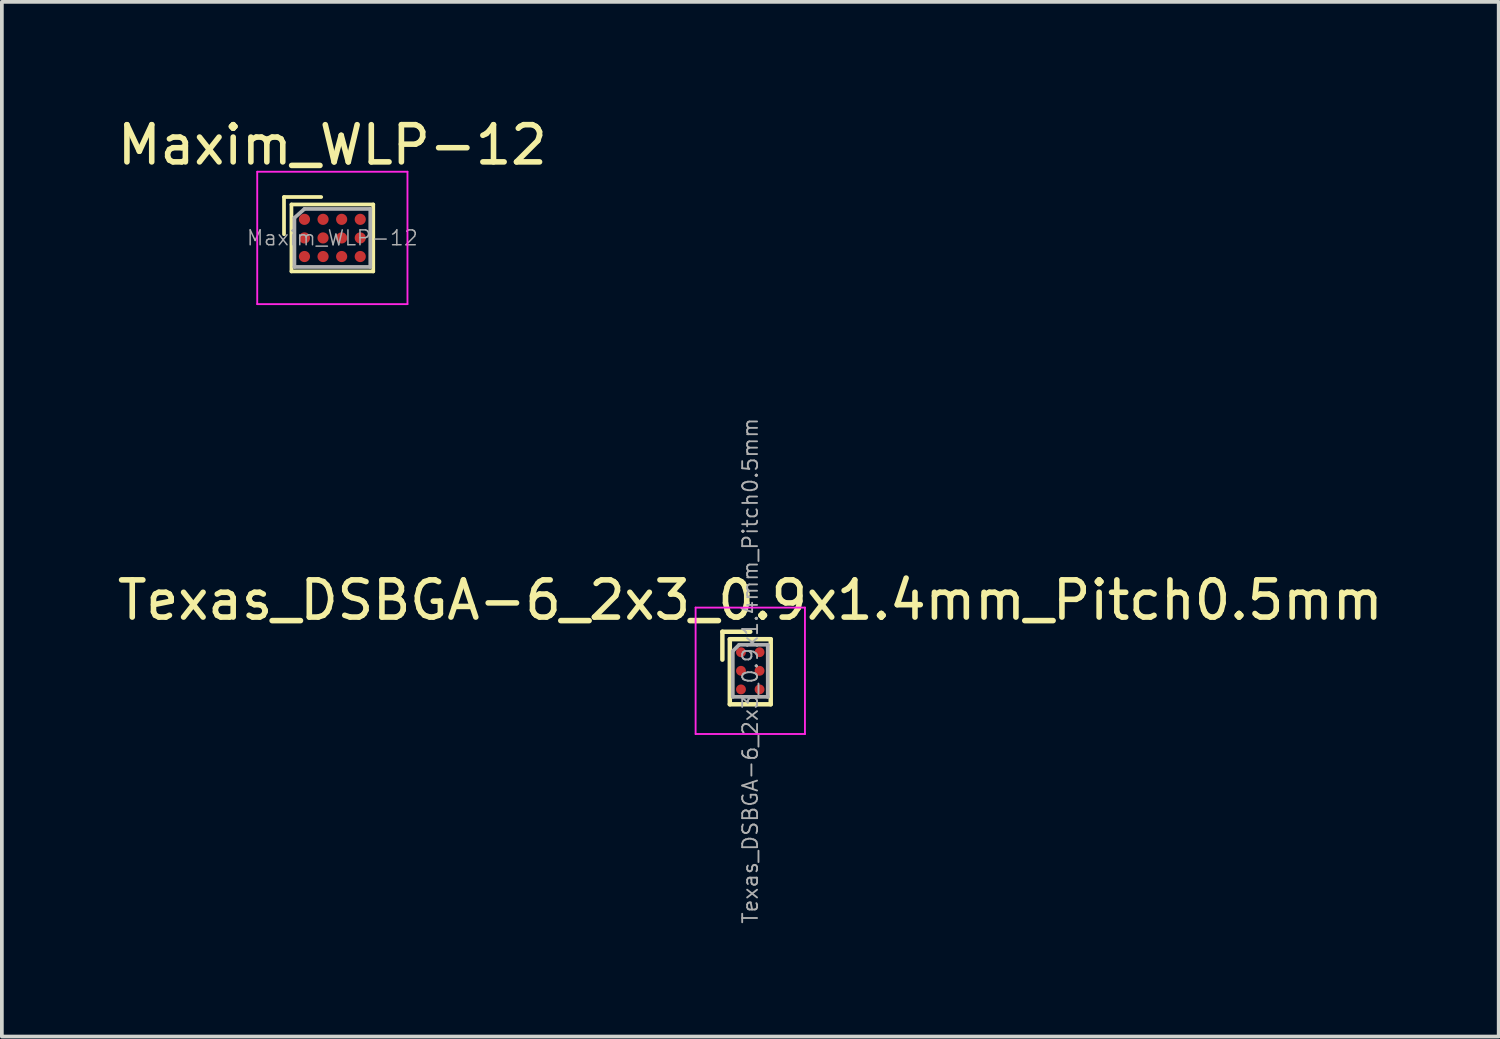
<source format=kicad_pcb>
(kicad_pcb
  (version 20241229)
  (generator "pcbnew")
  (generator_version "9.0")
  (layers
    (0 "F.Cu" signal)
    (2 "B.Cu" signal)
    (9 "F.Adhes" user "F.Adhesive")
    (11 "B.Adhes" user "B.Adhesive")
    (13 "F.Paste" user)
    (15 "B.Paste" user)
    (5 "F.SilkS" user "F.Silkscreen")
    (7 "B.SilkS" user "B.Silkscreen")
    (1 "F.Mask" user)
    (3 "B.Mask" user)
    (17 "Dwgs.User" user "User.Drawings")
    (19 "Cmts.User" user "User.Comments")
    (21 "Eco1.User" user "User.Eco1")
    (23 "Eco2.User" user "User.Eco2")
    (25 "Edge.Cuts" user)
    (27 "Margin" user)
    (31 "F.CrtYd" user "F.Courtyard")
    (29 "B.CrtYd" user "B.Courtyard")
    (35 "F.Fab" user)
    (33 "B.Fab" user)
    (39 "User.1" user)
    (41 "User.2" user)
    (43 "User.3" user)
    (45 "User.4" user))
  (footprint "Texas_DSBGA-6_2x3_0.9x1.4mm_Pitch0.5mm"
    (layer "F.Cu")
    (at 17.125 14.988)
    (property "Reference" "Texas_DSBGA-6_2x3_0.9x1.4mm_Pitch0.5mm" (at 0 -1.9 0) (layer "F.SilkS") (effects (font (size 1 1) (thickness 0.15))))
    (attr smd)
    (fp_line (start -0.75 -1.05) (end -0.75 -0.3) (stroke (width 0.12) (type solid)) (layer "F.SilkS"))
    (fp_line (start -0.55 -0.85) (end -0.55 0.9) (stroke (width 0.12) (type solid)) (layer "F.SilkS"))
    (fp_line (start -0.55 0.9) (end 0.55 0.9) (stroke (width 0.12) (type solid)) (layer "F.SilkS"))
    (fp_line (start 0 -1.05) (end -0.75 -1.05) (stroke (width 0.12) (type solid)) (layer "F.SilkS"))
    (fp_line (start 0.55 -0.85) (end -0.55 -0.85) (stroke (width 0.12) (type solid)) (layer "F.SilkS"))
    (fp_line (start 0.55 -0.85) (end 0.55 0.9) (stroke (width 0.12) (type solid)) (layer "F.SilkS"))
    (fp_line (start -1.47 -1.7) (end -1.47 1.7) (stroke (width 0.05) (type solid)) (layer "F.CrtYd"))
    (fp_line (start -1.47 -1.7) (end 1.47 -1.7) (stroke (width 0.05) (type solid)) (layer "F.CrtYd"))
    (fp_line (start 1.47 1.7) (end -1.47 1.7) (stroke (width 0.05) (type solid)) (layer "F.CrtYd"))
    (fp_line (start 1.47 1.7) (end 1.47 -1.7) (stroke (width 0.05) (type solid)) (layer "F.CrtYd"))
    (fp_line (start -0.47 -0.53) (end -0.47 0.7) (stroke (width 0.1) (type solid)) (layer "F.Fab"))
    (fp_line (start -0.47 -0.53) (end -0.3 -0.7) (stroke (width 0.1) (type solid)) (layer "F.Fab"))
    (fp_line (start -0.47 0.7) (end 0.47 0.7) (stroke (width 0.1) (type solid)) (layer "F.Fab"))
    (fp_line (start 0.47 -0.7) (end -0.3 -0.7) (stroke (width 0.1) (type solid)) (layer "F.Fab"))
    (fp_line (start 0.47 0.7) (end 0.47 -0.7) (stroke (width 0.1) (type solid)) (layer "F.Fab"))
    (fp_text user "${REFERENCE}" (at 0 0 90) (layer "F.Fab") (effects (font (size 0.4 0.4) (thickness 0.05))))
    (pad "" smd rect (at -0.25 -0.5) (size 0.3 0.3) (layers "F.Paste"))
    (pad "" smd rect (at -0.25 0) (size 0.3 0.3) (layers "F.Paste"))
    (pad "" smd rect (at -0.25 0.5) (size 0.3 0.3) (layers "F.Paste"))
    (pad "" smd rect (at 0.25 -0.5) (size 0.3 0.3) (layers "F.Paste"))
    (pad "" smd rect (at 0.25 0) (size 0.3 0.3) (layers "F.Paste"))
    (pad "" smd rect (at 0.25 0.5) (size 0.3 0.3) (layers "F.Paste"))
    (pad "A1" smd circle (at -0.25 -0.5) (size 0.265 0.265) (layers "F.Cu" "F.Mask"))
    (pad "A2" smd circle (at 0.25 -0.5) (size 0.265 0.265) (layers "F.Cu" "F.Mask"))
    (pad "B1" smd circle (at -0.25 0) (size 0.265 0.265) (layers "F.Cu" "F.Mask"))
    (pad "B2" smd circle (at 0.25 0) (size 0.265 0.265) (layers "F.Cu" "F.Mask"))
    (pad "C1" smd circle (at -0.25 0.5) (size 0.265 0.265) (layers "F.Cu" "F.Mask"))
    (pad "C2" smd circle (at 0.25 0.5) (size 0.265 0.265) (layers "F.Cu" "F.Mask")))
  (footprint "Maxim_WLP-12"
    (layer "F.Cu")
    (at 5.887 3.348)
    (property "Reference" "Maxim_WLP-12" (at 0 -2.5 0) (layer "F.SilkS") (effects (font (size 1 1) (thickness 0.15))))
    (attr smd)
    (fp_line (start -1.3 -1.1) (end -1.3 -0.1) (stroke (width 0.1) (type solid)) (layer "F.SilkS"))
    (fp_line (start -1.3 -1.1) (end -0.3 -1.1) (stroke (width 0.1) (type solid)) (layer "F.SilkS"))
    (fp_line (start -1.1 -0.9) (end -1.1 0.9) (stroke (width 0.1) (type solid)) (layer "F.SilkS"))
    (fp_line (start -1.1 -0.9) (end 1.1 -0.9) (stroke (width 0.1) (type solid)) (layer "F.SilkS"))
    (fp_line (start 1.1 0.9) (end -1.1 0.9) (stroke (width 0.1) (type solid)) (layer "F.SilkS"))
    (fp_line (start 1.1 0.9) (end 1.1 -0.9) (stroke (width 0.1) (type solid)) (layer "F.SilkS"))
    (fp_line (start -2.02 -1.78) (end 2.02 -1.78) (stroke (width 0.05) (type solid)) (layer "F.CrtYd"))
    (fp_line (start -2.02 1.78) (end -2.02 -1.78) (stroke (width 0.05) (type solid)) (layer "F.CrtYd"))
    (fp_line (start -2.02 1.78) (end 2.02 1.78) (stroke (width 0.05) (type solid)) (layer "F.CrtYd"))
    (fp_line (start 2.02 -1.78) (end 2.02 1.78) (stroke (width 0.05) (type solid)) (layer "F.CrtYd"))
    (fp_line (start -1.02 0.78) (end -1.02 -0.54) (stroke (width 0.1) (type solid)) (layer "F.Fab"))
    (fp_line (start -1.02 0.78) (end 1.02 0.78) (stroke (width 0.1) (type solid)) (layer "F.Fab"))
    (fp_line (start -0.75 -0.78) (end -1.02 -0.54) (stroke (width 0.1) (type solid)) (layer "F.Fab"))
    (fp_line (start 1.02 -0.78) (end -0.75 -0.78) (stroke (width 0.1) (type solid)) (layer "F.Fab"))
    (fp_line (start 1.02 -0.78) (end 1.02 0.78) (stroke (width 0.1) (type solid)) (layer "F.Fab"))
    (fp_text user "${REFERENCE}" (at 0 0 0) (layer "F.Fab") (effects (font (size 0.4 0.4) (thickness 0.04))))
    (pad "A1" smd circle (at -0.75 -0.5 90) (size 0.3 0.3) (layers "F.Cu" "F.Mask" "F.Paste"))
    (pad "A2" smd circle (at -0.25 -0.5 90) (size 0.3 0.3) (layers "F.Cu" "F.Mask" "F.Paste"))
    (pad "A3" smd circle (at 0.25 -0.5 90) (size 0.3 0.3) (layers "F.Cu" "F.Mask" "F.Paste"))
    (pad "A4" smd circle (at 0.75 -0.5 90) (size 0.3 0.3) (layers "F.Cu" "F.Mask" "F.Paste"))
    (pad "B1" smd circle (at -0.75 0 90) (size 0.3 0.3) (layers "F.Cu" "F.Mask" "F.Paste"))
    (pad "B2" smd circle (at -0.25 0 90) (size 0.3 0.3) (layers "F.Cu" "F.Mask" "F.Paste"))
    (pad "B3" smd circle (at 0.25 0 90) (size 0.3 0.3) (layers "F.Cu" "F.Mask" "F.Paste"))
    (pad "B4" smd circle (at 0.75 0 90) (size 0.3 0.3) (layers "F.Cu" "F.Mask" "F.Paste"))
    (pad "C1" smd circle (at -0.75 0.5 90) (size 0.3 0.3) (layers "F.Cu" "F.Mask" "F.Paste"))
    (pad "C2" smd circle (at -0.25 0.5 90) (size 0.3 0.3) (layers "F.Cu" "F.Mask" "F.Paste"))
    (pad "C3" smd circle (at 0.25 0.5 90) (size 0.3 0.3) (layers "F.Cu" "F.Mask" "F.Paste"))
    (pad "C4" smd circle (at 0.75 0.5 90) (size 0.3 0.3) (layers "F.Cu" "F.Mask" "F.Paste")))
  (gr_rect
    (start -3 -3)
    (end 37.25 24.823)
    (stroke (width 0.1) (type default))
    (fill no)
    (layer "Edge.Cuts")))
</source>
